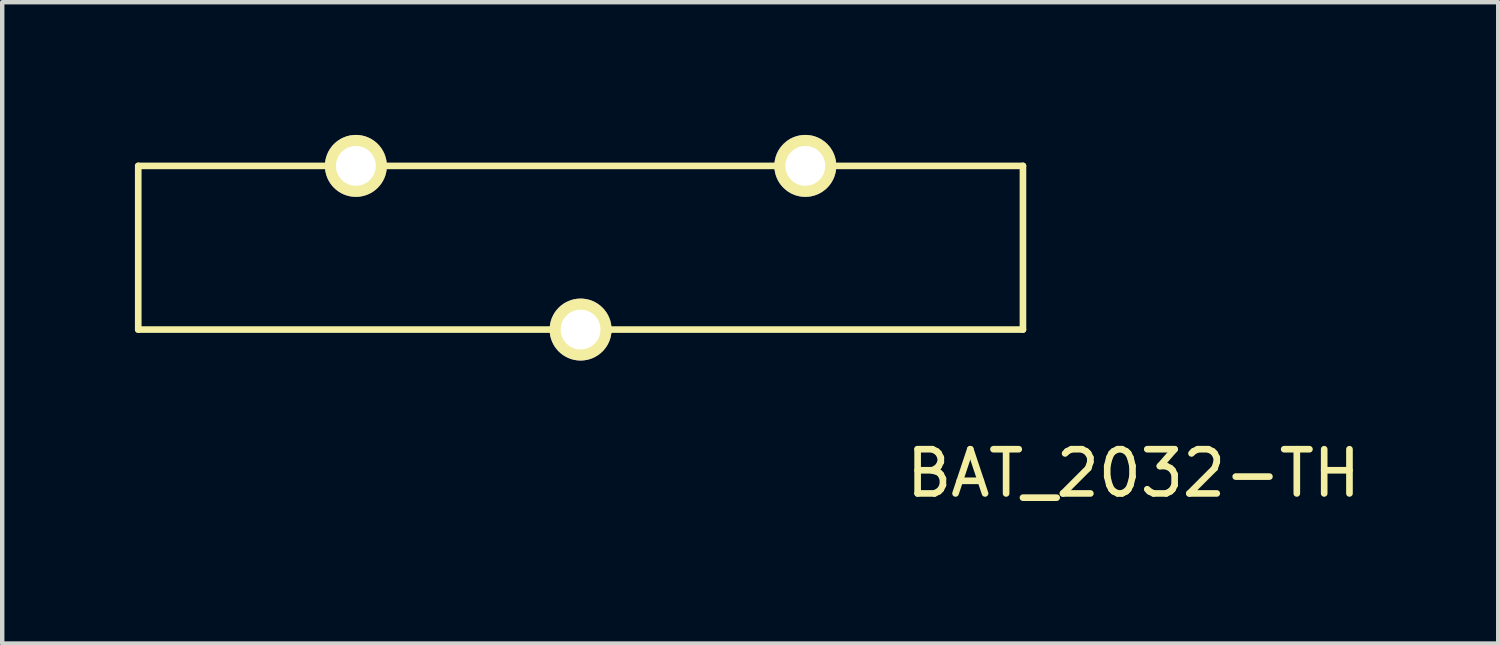
<source format=kicad_pcb>
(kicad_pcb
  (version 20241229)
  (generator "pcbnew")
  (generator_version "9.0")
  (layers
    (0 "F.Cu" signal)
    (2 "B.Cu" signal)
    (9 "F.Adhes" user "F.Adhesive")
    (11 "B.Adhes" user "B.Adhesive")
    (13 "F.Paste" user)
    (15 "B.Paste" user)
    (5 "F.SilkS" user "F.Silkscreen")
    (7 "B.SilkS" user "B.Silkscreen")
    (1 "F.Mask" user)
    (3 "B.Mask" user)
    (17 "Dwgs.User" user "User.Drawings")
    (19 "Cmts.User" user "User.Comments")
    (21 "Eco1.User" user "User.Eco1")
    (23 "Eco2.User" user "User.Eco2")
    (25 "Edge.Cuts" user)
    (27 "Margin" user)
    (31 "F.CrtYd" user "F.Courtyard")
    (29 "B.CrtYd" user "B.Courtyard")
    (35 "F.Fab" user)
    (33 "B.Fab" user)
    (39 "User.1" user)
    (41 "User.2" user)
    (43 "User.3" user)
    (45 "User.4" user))
  (footprint "BAT_2032-TH"
    (layer "F.Cu")
    (at 10.075 2.55)
    (property "Reference" "BAT_2032-TH" (at 12.5 5.1 0) (layer "F.SilkS") (effects (font (size 1 1) (thickness 0.15))))
    (attr through_hole)
    (fp_line (start -10 -1.85) (end 10 -1.85) (stroke (width 0.15) (type solid)) (layer "F.SilkS"))
    (fp_line (start -10 1.85) (end -10 -1.85) (stroke (width 0.15) (type solid)) (layer "F.SilkS"))
    (fp_line (start 10 -1.85) (end 10 1.85) (stroke (width 0.15) (type solid)) (layer "F.SilkS"))
    (fp_line (start 10 1.85) (end -10 1.85) (stroke (width 0.15) (type solid)) (layer "F.SilkS"))
    (pad "1" thru_hole circle (at -5.08 -1.85) (size 1.4 1.4) (drill 0.9) (layers "*.Cu" "*.Mask" "F.SilkS"))
    (pad "1" thru_hole circle (at 5.08 -1.85) (size 1.4 1.4) (drill 0.9) (layers "*.Cu" "*.Mask" "F.SilkS"))
    (pad "2" thru_hole circle (at 0 1.85) (size 1.4 1.4) (drill 0.9) (layers "*.Cu" "*.Mask" "F.SilkS")))
  (gr_rect
    (start -3 -3)
    (end 30.819 11.498)
    (stroke (width 0.1) (type default))
    (fill no)
    (layer "Edge.Cuts")))
</source>
